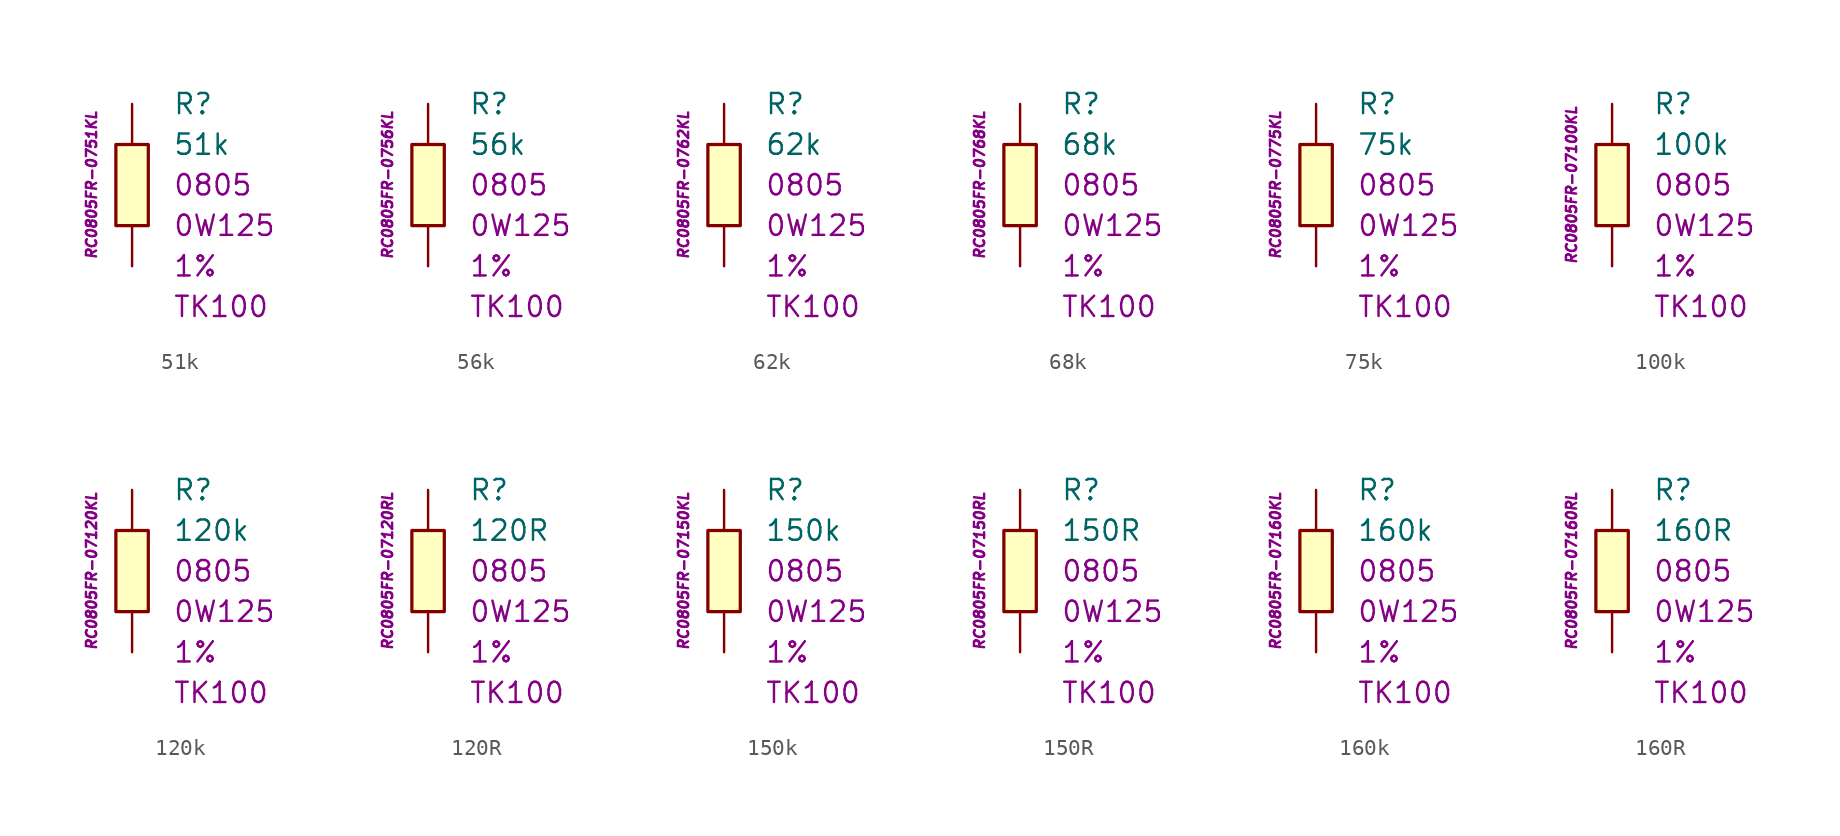
<source format=kicad_sym>
(kicad_symbol_lib
  (version 20201005)
  (generator kicad_symbol_editor)
  (symbol "51k"
    (pin_numbers hide)
    (pin_names
      (offset 1.016) hide)
    (property "Reference" "R"
      (at 2.54 5.08 0)
      (effects (font (size 1.27 1.27)) (justify left)))
    (property "Value" "51k"
      (at 2.54 2.54 0)
      (effects (font (size 1.27 1.27)) (justify left)))
    (property "Package" "0805"
      (at 2.54 0 0)
      (effects (font (size 1.27 1.27)) (justify left)))
    (property "Power" "0W125"
      (at 2.54 -2.54 0)
      (effects (font (size 1.27 1.27)) (justify left)))
    (property "Tolerance" "1%"
      (at 2.54 -5.08 0)
      (effects (font (size 1.27 1.27)) (justify left)))
    (property "TK" "TK100"
      (at 2.54 -7.62 0)
      (effects (font (size 1.27 1.27)) (justify left)))
    (property "ID" "RC0805FR-0751KL"
      (at -2.54 0 90)
      (effects (font (size 0.635 0.635) italic)))
    (symbol "51k_0_1"
      (rectangle (start -1.016 2.54) (end 1.016 -2.54) (stroke (width 0.203)) (fill (type background))))
    (symbol "51k_1_1"
      (pin passive line (at 0 5.08 270) (length 2.54) (name "~" (effects (font (size 1.778 1.778)))) (number "1" (effects (font (size 1.778 1.778)))))
      (pin passive line (at 0 -5.08 90) (length 2.54) (name "~" (effects (font (size 1.778 1.778)))) (number "2" (effects (font (size 1.778 1.778)))))))
  (symbol "56k"
    (pin_numbers hide)
    (pin_names
      (offset 1.016) hide)
    (property "Reference" "R"
      (at 2.54 5.08 0)
      (effects (font (size 1.27 1.27)) (justify left)))
    (property "Value" "56k"
      (at 2.54 2.54 0)
      (effects (font (size 1.27 1.27)) (justify left)))
    (property "Package" "0805"
      (at 2.54 0 0)
      (effects (font (size 1.27 1.27)) (justify left)))
    (property "Power" "0W125"
      (at 2.54 -2.54 0)
      (effects (font (size 1.27 1.27)) (justify left)))
    (property "Tolerance" "1%"
      (at 2.54 -5.08 0)
      (effects (font (size 1.27 1.27)) (justify left)))
    (property "TK" "TK100"
      (at 2.54 -7.62 0)
      (effects (font (size 1.27 1.27)) (justify left)))
    (property "ID" "RC0805FR-0756KL"
      (at -2.54 0 90)
      (effects (font (size 0.635 0.635) italic)))
    (symbol "56k_0_1"
      (rectangle (start -1.016 2.54) (end 1.016 -2.54) (stroke (width 0.203)) (fill (type background))))
    (symbol "56k_1_1"
      (pin passive line (at 0 5.08 270) (length 2.54) (name "~" (effects (font (size 1.778 1.778)))) (number "1" (effects (font (size 1.778 1.778)))))
      (pin passive line (at 0 -5.08 90) (length 2.54) (name "~" (effects (font (size 1.778 1.778)))) (number "2" (effects (font (size 1.778 1.778)))))))
  (symbol "62k"
    (pin_numbers hide)
    (pin_names
      (offset 1.016) hide)
    (property "Reference" "R"
      (at 2.54 5.08 0)
      (effects (font (size 1.27 1.27)) (justify left)))
    (property "Value" "62k"
      (at 2.54 2.54 0)
      (effects (font (size 1.27 1.27)) (justify left)))
    (property "Package" "0805"
      (at 2.54 0 0)
      (effects (font (size 1.27 1.27)) (justify left)))
    (property "Power" "0W125"
      (at 2.54 -2.54 0)
      (effects (font (size 1.27 1.27)) (justify left)))
    (property "Tolerance" "1%"
      (at 2.54 -5.08 0)
      (effects (font (size 1.27 1.27)) (justify left)))
    (property "TK" "TK100"
      (at 2.54 -7.62 0)
      (effects (font (size 1.27 1.27)) (justify left)))
    (property "ID" "RC0805FR-0762KL"
      (at -2.54 0 90)
      (effects (font (size 0.635 0.635) italic)))
    (symbol "62k_0_1"
      (rectangle (start -1.016 2.54) (end 1.016 -2.54) (stroke (width 0.203)) (fill (type background))))
    (symbol "62k_1_1"
      (pin passive line (at 0 5.08 270) (length 2.54) (name "~" (effects (font (size 1.778 1.778)))) (number "1" (effects (font (size 1.778 1.778)))))
      (pin passive line (at 0 -5.08 90) (length 2.54) (name "~" (effects (font (size 1.778 1.778)))) (number "2" (effects (font (size 1.778 1.778)))))))
  (symbol "68k"
    (pin_numbers hide)
    (pin_names
      (offset 1.016) hide)
    (property "Reference" "R"
      (at 2.54 5.08 0)
      (effects (font (size 1.27 1.27)) (justify left)))
    (property "Value" "68k"
      (at 2.54 2.54 0)
      (effects (font (size 1.27 1.27)) (justify left)))
    (property "Package" "0805"
      (at 2.54 0 0)
      (effects (font (size 1.27 1.27)) (justify left)))
    (property "Power" "0W125"
      (at 2.54 -2.54 0)
      (effects (font (size 1.27 1.27)) (justify left)))
    (property "Tolerance" "1%"
      (at 2.54 -5.08 0)
      (effects (font (size 1.27 1.27)) (justify left)))
    (property "TK" "TK100"
      (at 2.54 -7.62 0)
      (effects (font (size 1.27 1.27)) (justify left)))
    (property "ID" "RC0805FR-0768KL"
      (at -2.54 0 90)
      (effects (font (size 0.635 0.635) italic)))
    (symbol "68k_0_1"
      (rectangle (start -1.016 2.54) (end 1.016 -2.54) (stroke (width 0.203)) (fill (type background))))
    (symbol "68k_1_1"
      (pin passive line (at 0 5.08 270) (length 2.54) (name "~" (effects (font (size 1.778 1.778)))) (number "1" (effects (font (size 1.778 1.778)))))
      (pin passive line (at 0 -5.08 90) (length 2.54) (name "~" (effects (font (size 1.778 1.778)))) (number "2" (effects (font (size 1.778 1.778)))))))
  (symbol "75k"
    (pin_numbers hide)
    (pin_names
      (offset 1.016) hide)
    (property "Reference" "R"
      (at 2.54 5.08 0)
      (effects (font (size 1.27 1.27)) (justify left)))
    (property "Value" "75k"
      (at 2.54 2.54 0)
      (effects (font (size 1.27 1.27)) (justify left)))
    (property "Package" "0805"
      (at 2.54 0 0)
      (effects (font (size 1.27 1.27)) (justify left)))
    (property "Power" "0W125"
      (at 2.54 -2.54 0)
      (effects (font (size 1.27 1.27)) (justify left)))
    (property "Tolerance" "1%"
      (at 2.54 -5.08 0)
      (effects (font (size 1.27 1.27)) (justify left)))
    (property "TK" "TK100"
      (at 2.54 -7.62 0)
      (effects (font (size 1.27 1.27)) (justify left)))
    (property "ID" "RC0805FR-0775KL"
      (at -2.54 0 90)
      (effects (font (size 0.635 0.635) italic)))
    (symbol "75k_0_1"
      (rectangle (start -1.016 2.54) (end 1.016 -2.54) (stroke (width 0.203)) (fill (type background))))
    (symbol "75k_1_1"
      (pin passive line (at 0 5.08 270) (length 2.54) (name "~" (effects (font (size 1.778 1.778)))) (number "1" (effects (font (size 1.778 1.778)))))
      (pin passive line (at 0 -5.08 90) (length 2.54) (name "~" (effects (font (size 1.778 1.778)))) (number "2" (effects (font (size 1.778 1.778)))))))
  (symbol "100k"
    (pin_numbers hide)
    (pin_names
      (offset 1.016) hide)
    (property "Reference" "R"
      (at 2.54 5.08 0)
      (effects (font (size 1.27 1.27)) (justify left)))
    (property "Value" "100k"
      (at 2.54 2.54 0)
      (effects (font (size 1.27 1.27)) (justify left)))
    (property "Package" "0805"
      (at 2.54 0 0)
      (effects (font (size 1.27 1.27)) (justify left)))
    (property "Power" "0W125"
      (at 2.54 -2.54 0)
      (effects (font (size 1.27 1.27)) (justify left)))
    (property "Tolerance" "1%"
      (at 2.54 -5.08 0)
      (effects (font (size 1.27 1.27)) (justify left)))
    (property "TK" "TK100"
      (at 2.54 -7.62 0)
      (effects (font (size 1.27 1.27)) (justify left)))
    (property "ID" "RC0805FR-07100KL"
      (at -2.54 0 90)
      (effects (font (size 0.635 0.635) italic)))
    (symbol "100k_0_1"
      (rectangle (start -1.016 2.54) (end 1.016 -2.54) (stroke (width 0.203)) (fill (type background))))
    (symbol "100k_1_1"
      (pin passive line (at 0 5.08 270) (length 2.54) (name "~" (effects (font (size 1.778 1.778)))) (number "1" (effects (font (size 1.778 1.778)))))
      (pin passive line (at 0 -5.08 90) (length 2.54) (name "~" (effects (font (size 1.778 1.778)))) (number "2" (effects (font (size 1.778 1.778)))))))
  (symbol "120k"
    (pin_numbers hide)
    (pin_names
      (offset 1.016) hide)
    (property "Reference" "R"
      (at 2.54 5.08 0)
      (effects (font (size 1.27 1.27)) (justify left)))
    (property "Value" "120k"
      (at 2.54 2.54 0)
      (effects (font (size 1.27 1.27)) (justify left)))
    (property "Package" "0805"
      (at 2.54 0 0)
      (effects (font (size 1.27 1.27)) (justify left)))
    (property "Power" "0W125"
      (at 2.54 -2.54 0)
      (effects (font (size 1.27 1.27)) (justify left)))
    (property "Tolerance" "1%"
      (at 2.54 -5.08 0)
      (effects (font (size 1.27 1.27)) (justify left)))
    (property "TK" "TK100"
      (at 2.54 -7.62 0)
      (effects (font (size 1.27 1.27)) (justify left)))
    (property "ID" "RC0805FR-07120KL"
      (at -2.54 0 90)
      (effects (font (size 0.635 0.635) italic)))
    (symbol "120k_0_1"
      (rectangle (start -1.016 2.54) (end 1.016 -2.54) (stroke (width 0.203)) (fill (type background))))
    (symbol "120k_1_1"
      (pin passive line (at 0 5.08 270) (length 2.54) (name "~" (effects (font (size 1.778 1.778)))) (number "1" (effects (font (size 1.778 1.778)))))
      (pin passive line (at 0 -5.08 90) (length 2.54) (name "~" (effects (font (size 1.778 1.778)))) (number "2" (effects (font (size 1.778 1.778)))))))
  (symbol "120R"
    (pin_numbers hide)
    (pin_names
      (offset 1.016) hide)
    (property "Reference" "R"
      (at 2.54 5.08 0)
      (effects (font (size 1.27 1.27)) (justify left)))
    (property "Value" "120R"
      (at 2.54 2.54 0)
      (effects (font (size 1.27 1.27)) (justify left)))
    (property "Package" "0805"
      (at 2.54 0 0)
      (effects (font (size 1.27 1.27)) (justify left)))
    (property "Power" "0W125"
      (at 2.54 -2.54 0)
      (effects (font (size 1.27 1.27)) (justify left)))
    (property "Tolerance" "1%"
      (at 2.54 -5.08 0)
      (effects (font (size 1.27 1.27)) (justify left)))
    (property "TK" "TK100"
      (at 2.54 -7.62 0)
      (effects (font (size 1.27 1.27)) (justify left)))
    (property "ID" "RC0805FR-07120RL"
      (at -2.54 0 90)
      (effects (font (size 0.635 0.635) italic)))
    (symbol "120R_0_1"
      (rectangle (start -1.016 2.54) (end 1.016 -2.54) (stroke (width 0.203)) (fill (type background))))
    (symbol "120R_1_1"
      (pin passive line (at 0 5.08 270) (length 2.54) (name "~" (effects (font (size 1.778 1.778)))) (number "1" (effects (font (size 1.778 1.778)))))
      (pin passive line (at 0 -5.08 90) (length 2.54) (name "~" (effects (font (size 1.778 1.778)))) (number "2" (effects (font (size 1.778 1.778)))))))
  (symbol "150k"
    (pin_numbers hide)
    (pin_names
      (offset 1.016) hide)
    (property "Reference" "R"
      (at 2.54 5.08 0)
      (effects (font (size 1.27 1.27)) (justify left)))
    (property "Value" "150k"
      (at 2.54 2.54 0)
      (effects (font (size 1.27 1.27)) (justify left)))
    (property "Package" "0805"
      (at 2.54 0 0)
      (effects (font (size 1.27 1.27)) (justify left)))
    (property "Power" "0W125"
      (at 2.54 -2.54 0)
      (effects (font (size 1.27 1.27)) (justify left)))
    (property "Tolerance" "1%"
      (at 2.54 -5.08 0)
      (effects (font (size 1.27 1.27)) (justify left)))
    (property "TK" "TK100"
      (at 2.54 -7.62 0)
      (effects (font (size 1.27 1.27)) (justify left)))
    (property "ID" "RC0805FR-07150KL"
      (at -2.54 0 90)
      (effects (font (size 0.635 0.635) italic)))
    (symbol "150k_0_1"
      (rectangle (start -1.016 2.54) (end 1.016 -2.54) (stroke (width 0.203)) (fill (type background))))
    (symbol "150k_1_1"
      (pin passive line (at 0 5.08 270) (length 2.54) (name "~" (effects (font (size 1.778 1.778)))) (number "1" (effects (font (size 1.778 1.778)))))
      (pin passive line (at 0 -5.08 90) (length 2.54) (name "~" (effects (font (size 1.778 1.778)))) (number "2" (effects (font (size 1.778 1.778)))))))
  (symbol "150R"
    (pin_numbers hide)
    (pin_names
      (offset 1.016) hide)
    (property "Reference" "R"
      (at 2.54 5.08 0)
      (effects (font (size 1.27 1.27)) (justify left)))
    (property "Value" "150R"
      (at 2.54 2.54 0)
      (effects (font (size 1.27 1.27)) (justify left)))
    (property "Package" "0805"
      (at 2.54 0 0)
      (effects (font (size 1.27 1.27)) (justify left)))
    (property "Power" "0W125"
      (at 2.54 -2.54 0)
      (effects (font (size 1.27 1.27)) (justify left)))
    (property "Tolerance" "1%"
      (at 2.54 -5.08 0)
      (effects (font (size 1.27 1.27)) (justify left)))
    (property "TK" "TK100"
      (at 2.54 -7.62 0)
      (effects (font (size 1.27 1.27)) (justify left)))
    (property "ID" "RC0805FR-07150RL"
      (at -2.54 0 90)
      (effects (font (size 0.635 0.635) italic)))
    (symbol "150R_0_1"
      (rectangle (start -1.016 2.54) (end 1.016 -2.54) (stroke (width 0.203)) (fill (type background))))
    (symbol "150R_1_1"
      (pin passive line (at 0 5.08 270) (length 2.54) (name "~" (effects (font (size 1.778 1.778)))) (number "1" (effects (font (size 1.778 1.778)))))
      (pin passive line (at 0 -5.08 90) (length 2.54) (name "~" (effects (font (size 1.778 1.778)))) (number "2" (effects (font (size 1.778 1.778)))))))
  (symbol "160k"
    (pin_numbers hide)
    (pin_names
      (offset 1.016) hide)
    (property "Reference" "R"
      (at 2.54 5.08 0)
      (effects (font (size 1.27 1.27)) (justify left)))
    (property "Value" "160k"
      (at 2.54 2.54 0)
      (effects (font (size 1.27 1.27)) (justify left)))
    (property "Package" "0805"
      (at 2.54 0 0)
      (effects (font (size 1.27 1.27)) (justify left)))
    (property "Power" "0W125"
      (at 2.54 -2.54 0)
      (effects (font (size 1.27 1.27)) (justify left)))
    (property "Tolerance" "1%"
      (at 2.54 -5.08 0)
      (effects (font (size 1.27 1.27)) (justify left)))
    (property "TK" "TK100"
      (at 2.54 -7.62 0)
      (effects (font (size 1.27 1.27)) (justify left)))
    (property "ID" "RC0805FR-07160KL"
      (at -2.54 0 90)
      (effects (font (size 0.635 0.635) italic)))
    (symbol "160k_0_1"
      (rectangle (start -1.016 2.54) (end 1.016 -2.54) (stroke (width 0.203)) (fill (type background))))
    (symbol "160k_1_1"
      (pin passive line (at 0 5.08 270) (length 2.54) (name "~" (effects (font (size 1.778 1.778)))) (number "1" (effects (font (size 1.778 1.778)))))
      (pin passive line (at 0 -5.08 90) (length 2.54) (name "~" (effects (font (size 1.778 1.778)))) (number "2" (effects (font (size 1.778 1.778)))))))
  (symbol "160R"
    (pin_numbers hide)
    (pin_names
      (offset 1.016) hide)
    (property "Reference" "R"
      (at 2.54 5.08 0)
      (effects (font (size 1.27 1.27)) (justify left)))
    (property "Value" "160R"
      (at 2.54 2.54 0)
      (effects (font (size 1.27 1.27)) (justify left)))
    (property "Package" "0805"
      (at 2.54 0 0)
      (effects (font (size 1.27 1.27)) (justify left)))
    (property "Power" "0W125"
      (at 2.54 -2.54 0)
      (effects (font (size 1.27 1.27)) (justify left)))
    (property "Tolerance" "1%"
      (at 2.54 -5.08 0)
      (effects (font (size 1.27 1.27)) (justify left)))
    (property "TK" "TK100"
      (at 2.54 -7.62 0)
      (effects (font (size 1.27 1.27)) (justify left)))
    (property "ID" "RC0805FR-07160RL"
      (at -2.54 0 90)
      (effects (font (size 0.635 0.635) italic)))
    (symbol "160R_0_1"
      (rectangle (start -1.016 2.54) (end 1.016 -2.54) (stroke (width 0.203)) (fill (type background))))
    (symbol "160R_1_1"
      (pin passive line (at 0 5.08 270) (length 2.54) (name "~" (effects (font (size 1.778 1.778)))) (number "1" (effects (font (size 1.778 1.778)))))
      (pin passive line (at 0 -5.08 90) (length 2.54) (name "~" (effects (font (size 1.778 1.778)))) (number "2" (effects (font (size 1.778 1.778))))))))
</source>
